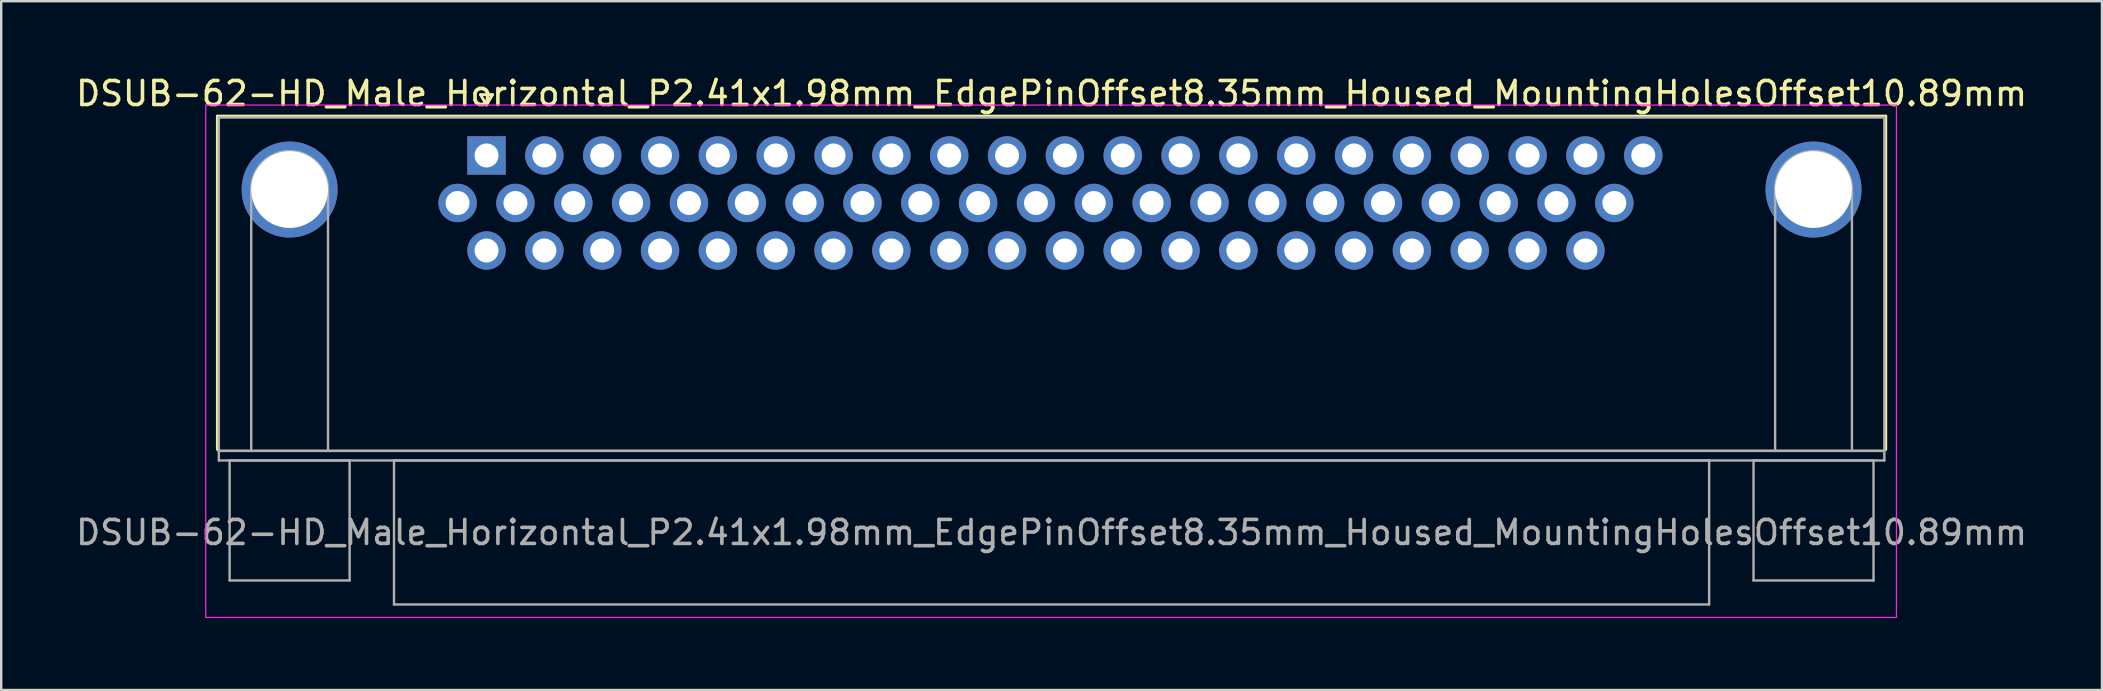
<source format=kicad_pcb>
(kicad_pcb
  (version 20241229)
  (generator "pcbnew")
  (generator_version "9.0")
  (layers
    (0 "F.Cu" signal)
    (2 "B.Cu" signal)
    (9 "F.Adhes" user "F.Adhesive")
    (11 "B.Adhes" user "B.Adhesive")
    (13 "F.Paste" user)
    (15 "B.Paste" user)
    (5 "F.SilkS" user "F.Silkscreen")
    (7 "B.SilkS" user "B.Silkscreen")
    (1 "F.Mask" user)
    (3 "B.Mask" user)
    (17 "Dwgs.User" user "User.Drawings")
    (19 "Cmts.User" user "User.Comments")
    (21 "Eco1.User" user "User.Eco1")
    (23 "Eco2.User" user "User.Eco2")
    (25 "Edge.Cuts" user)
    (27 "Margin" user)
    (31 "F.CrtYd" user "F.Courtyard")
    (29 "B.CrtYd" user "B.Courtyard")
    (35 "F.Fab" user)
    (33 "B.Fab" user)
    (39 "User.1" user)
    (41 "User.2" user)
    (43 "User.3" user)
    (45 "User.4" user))
  (footprint "DSUB-62-HD_Male_Horizontal_P2.41x1.98mm_EdgePinOffset8.35mm_Housed_MountingHolesOffset10.89mm"
    (layer "F.Cu")
    (at 17.223 3.428)
    (property "Reference" "DSUB-62-HD_Male_Horizontal_P2.41x1.98mm_EdgePinOffset8.35mm_Housed_MountingHolesOffset10.89mm" (at 23.545 -2.58 0) (layer "F.SilkS") (effects (font (size 1 1) (thickness 0.15))))
    (attr through_hole)
    (fp_line (start -11.215 -1.64) (end 58.305 -1.64) (stroke (width 0.12) (type solid)) (layer "F.SilkS"))
    (fp_line (start -11.215 12.25) (end -11.215 -1.64) (stroke (width 0.12) (type solid)) (layer "F.SilkS"))
    (fp_line (start -0.25 -2.534) (end 0.25 -2.534) (stroke (width 0.12) (type solid)) (layer "F.SilkS"))
    (fp_line (start 0 -2.101) (end -0.25 -2.534) (stroke (width 0.12) (type solid)) (layer "F.SilkS"))
    (fp_line (start 0.25 -2.534) (end 0 -2.101) (stroke (width 0.12) (type solid)) (layer "F.SilkS"))
    (fp_line (start 58.305 -1.64) (end 58.305 12.25) (stroke (width 0.12) (type solid)) (layer "F.SilkS"))
    (fp_line (start -11.7 -2.1) (end -11.7 19.25) (stroke (width 0.05) (type solid)) (layer "F.CrtYd"))
    (fp_line (start -11.7 19.25) (end 58.75 19.25) (stroke (width 0.05) (type solid)) (layer "F.CrtYd"))
    (fp_line (start 58.75 -2.1) (end -11.7 -2.1) (stroke (width 0.05) (type solid)) (layer "F.CrtYd"))
    (fp_line (start 58.75 19.25) (end 58.75 -2.1) (stroke (width 0.05) (type solid)) (layer "F.CrtYd"))
    (fp_line (start -11.155 -1.58) (end -11.155 12.31) (stroke (width 0.1) (type solid)) (layer "F.Fab"))
    (fp_line (start -11.155 12.31) (end -11.155 12.71) (stroke (width 0.1) (type solid)) (layer "F.Fab"))
    (fp_line (start -11.155 12.31) (end 58.245 12.31) (stroke (width 0.1) (type solid)) (layer "F.Fab"))
    (fp_line (start -11.155 12.71) (end 58.245 12.71) (stroke (width 0.1) (type solid)) (layer "F.Fab"))
    (fp_line (start -10.705 12.71) (end -10.705 17.71) (stroke (width 0.1) (type solid)) (layer "F.Fab"))
    (fp_line (start -10.705 17.71) (end -5.705 17.71) (stroke (width 0.1) (type solid)) (layer "F.Fab"))
    (fp_line (start -9.805 12.31) (end -9.805 1.42) (stroke (width 0.1) (type solid)) (layer "F.Fab"))
    (fp_line (start -6.605 12.31) (end -6.605 1.42) (stroke (width 0.1) (type solid)) (layer "F.Fab"))
    (fp_line (start -5.705 12.71) (end -10.705 12.71) (stroke (width 0.1) (type solid)) (layer "F.Fab"))
    (fp_line (start -5.705 17.71) (end -5.705 12.71) (stroke (width 0.1) (type solid)) (layer "F.Fab"))
    (fp_line (start -3.855 12.71) (end -3.855 18.71) (stroke (width 0.1) (type solid)) (layer "F.Fab"))
    (fp_line (start -3.855 18.71) (end 50.945 18.71) (stroke (width 0.1) (type solid)) (layer "F.Fab"))
    (fp_line (start 50.945 12.71) (end -3.855 12.71) (stroke (width 0.1) (type solid)) (layer "F.Fab"))
    (fp_line (start 50.945 18.71) (end 50.945 12.71) (stroke (width 0.1) (type solid)) (layer "F.Fab"))
    (fp_line (start 52.795 12.71) (end 52.795 17.71) (stroke (width 0.1) (type solid)) (layer "F.Fab"))
    (fp_line (start 52.795 17.71) (end 57.795 17.71) (stroke (width 0.1) (type solid)) (layer "F.Fab"))
    (fp_line (start 53.695 12.31) (end 53.695 1.42) (stroke (width 0.1) (type solid)) (layer "F.Fab"))
    (fp_line (start 56.895 12.31) (end 56.895 1.42) (stroke (width 0.1) (type solid)) (layer "F.Fab"))
    (fp_line (start 57.795 12.71) (end 52.795 12.71) (stroke (width 0.1) (type solid)) (layer "F.Fab"))
    (fp_line (start 57.795 17.71) (end 57.795 12.71) (stroke (width 0.1) (type solid)) (layer "F.Fab"))
    (fp_line (start 58.245 -1.58) (end -11.155 -1.58) (stroke (width 0.1) (type solid)) (layer "F.Fab"))
    (fp_line (start 58.245 12.31) (end -11.155 12.31) (stroke (width 0.1) (type solid)) (layer "F.Fab"))
    (fp_line (start 58.245 12.31) (end 58.245 -1.58) (stroke (width 0.1) (type solid)) (layer "F.Fab"))
    (fp_line (start 58.245 12.71) (end 58.245 12.31) (stroke (width 0.1) (type solid)) (layer "F.Fab"))
    (fp_arc (start -9.805 1.42) (mid -8.205 -0.18) (end -6.605 1.42) (stroke (width 0.1) (type solid)) (layer "F.Fab"))
    (fp_arc (start 53.695 1.42) (mid 55.295 -0.18) (end 56.895 1.42) (stroke (width 0.1) (type solid)) (layer "F.Fab"))
    (fp_text user "${REFERENCE}" (at 23.545 15.71 0) (layer "F.Fab") (effects (font (size 1 1) (thickness 0.15))))
    (pad "0" thru_hole circle (at -8.205 1.42) (size 4 4) (drill 3.2) (layers "*.Cu" "*.Mask"))
    (pad "0" thru_hole circle (at 55.295 1.42) (size 4 4) (drill 3.2) (layers "*.Cu" "*.Mask"))
    (pad "1" thru_hole rect (at 0 0) (size 1.6 1.6) (drill 1) (layers "*.Cu" "*.Mask"))
    (pad "2" thru_hole circle (at 2.41 0) (size 1.6 1.6) (drill 1) (layers "*.Cu" "*.Mask"))
    (pad "3" thru_hole circle (at 4.82 0) (size 1.6 1.6) (drill 1) (layers "*.Cu" "*.Mask"))
    (pad "4" thru_hole circle (at 7.23 0) (size 1.6 1.6) (drill 1) (layers "*.Cu" "*.Mask"))
    (pad "5" thru_hole circle (at 9.64 0) (size 1.6 1.6) (drill 1) (layers "*.Cu" "*.Mask"))
    (pad "6" thru_hole circle (at 12.05 0) (size 1.6 1.6) (drill 1) (layers "*.Cu" "*.Mask"))
    (pad "7" thru_hole circle (at 14.46 0) (size 1.6 1.6) (drill 1) (layers "*.Cu" "*.Mask"))
    (pad "8" thru_hole circle (at 16.87 0) (size 1.6 1.6) (drill 1) (layers "*.Cu" "*.Mask"))
    (pad "9" thru_hole circle (at 19.28 0) (size 1.6 1.6) (drill 1) (layers "*.Cu" "*.Mask"))
    (pad "10" thru_hole circle (at 21.69 0) (size 1.6 1.6) (drill 1) (layers "*.Cu" "*.Mask"))
    (pad "11" thru_hole circle (at 24.1 0) (size 1.6 1.6) (drill 1) (layers "*.Cu" "*.Mask"))
    (pad "12" thru_hole circle (at 26.51 0) (size 1.6 1.6) (drill 1) (layers "*.Cu" "*.Mask"))
    (pad "13" thru_hole circle (at 28.92 0) (size 1.6 1.6) (drill 1) (layers "*.Cu" "*.Mask"))
    (pad "14" thru_hole circle (at 31.33 0) (size 1.6 1.6) (drill 1) (layers "*.Cu" "*.Mask"))
    (pad "15" thru_hole circle (at 33.74 0) (size 1.6 1.6) (drill 1) (layers "*.Cu" "*.Mask"))
    (pad "16" thru_hole circle (at 36.15 0) (size 1.6 1.6) (drill 1) (layers "*.Cu" "*.Mask"))
    (pad "17" thru_hole circle (at 38.56 0) (size 1.6 1.6) (drill 1) (layers "*.Cu" "*.Mask"))
    (pad "18" thru_hole circle (at 40.97 0) (size 1.6 1.6) (drill 1) (layers "*.Cu" "*.Mask"))
    (pad "19" thru_hole circle (at 43.38 0) (size 1.6 1.6) (drill 1) (layers "*.Cu" "*.Mask"))
    (pad "20" thru_hole circle (at 45.79 0) (size 1.6 1.6) (drill 1) (layers "*.Cu" "*.Mask"))
    (pad "21" thru_hole circle (at 48.2 0) (size 1.6 1.6) (drill 1) (layers "*.Cu" "*.Mask"))
    (pad "22" thru_hole circle (at -1.205 1.98) (size 1.6 1.6) (drill 1) (layers "*.Cu" "*.Mask"))
    (pad "23" thru_hole circle (at 1.205 1.98) (size 1.6 1.6) (drill 1) (layers "*.Cu" "*.Mask"))
    (pad "24" thru_hole circle (at 3.615 1.98) (size 1.6 1.6) (drill 1) (layers "*.Cu" "*.Mask"))
    (pad "25" thru_hole circle (at 6.025 1.98) (size 1.6 1.6) (drill 1) (layers "*.Cu" "*.Mask"))
    (pad "26" thru_hole circle (at 8.435 1.98) (size 1.6 1.6) (drill 1) (layers "*.Cu" "*.Mask"))
    (pad "27" thru_hole circle (at 10.845 1.98) (size 1.6 1.6) (drill 1) (layers "*.Cu" "*.Mask"))
    (pad "28" thru_hole circle (at 13.255 1.98) (size 1.6 1.6) (drill 1) (layers "*.Cu" "*.Mask"))
    (pad "29" thru_hole circle (at 15.665 1.98) (size 1.6 1.6) (drill 1) (layers "*.Cu" "*.Mask"))
    (pad "30" thru_hole circle (at 18.075 1.98) (size 1.6 1.6) (drill 1) (layers "*.Cu" "*.Mask"))
    (pad "31" thru_hole circle (at 20.485 1.98) (size 1.6 1.6) (drill 1) (layers "*.Cu" "*.Mask"))
    (pad "32" thru_hole circle (at 22.895 1.98) (size 1.6 1.6) (drill 1) (layers "*.Cu" "*.Mask"))
    (pad "33" thru_hole circle (at 25.305 1.98) (size 1.6 1.6) (drill 1) (layers "*.Cu" "*.Mask"))
    (pad "34" thru_hole circle (at 27.715 1.98) (size 1.6 1.6) (drill 1) (layers "*.Cu" "*.Mask"))
    (pad "35" thru_hole circle (at 30.125 1.98) (size 1.6 1.6) (drill 1) (layers "*.Cu" "*.Mask"))
    (pad "36" thru_hole circle (at 32.535 1.98) (size 1.6 1.6) (drill 1) (layers "*.Cu" "*.Mask"))
    (pad "37" thru_hole circle (at 34.945 1.98) (size 1.6 1.6) (drill 1) (layers "*.Cu" "*.Mask"))
    (pad "38" thru_hole circle (at 37.355 1.98) (size 1.6 1.6) (drill 1) (layers "*.Cu" "*.Mask"))
    (pad "39" thru_hole circle (at 39.765 1.98) (size 1.6 1.6) (drill 1) (layers "*.Cu" "*.Mask"))
    (pad "40" thru_hole circle (at 42.175 1.98) (size 1.6 1.6) (drill 1) (layers "*.Cu" "*.Mask"))
    (pad "41" thru_hole circle (at 44.585 1.98) (size 1.6 1.6) (drill 1) (layers "*.Cu" "*.Mask"))
    (pad "42" thru_hole circle (at 46.995 1.98) (size 1.6 1.6) (drill 1) (layers "*.Cu" "*.Mask"))
    (pad "43" thru_hole circle (at 0 3.96) (size 1.6 1.6) (drill 1) (layers "*.Cu" "*.Mask"))
    (pad "44" thru_hole circle (at 2.41 3.96) (size 1.6 1.6) (drill 1) (layers "*.Cu" "*.Mask"))
    (pad "45" thru_hole circle (at 4.82 3.96) (size 1.6 1.6) (drill 1) (layers "*.Cu" "*.Mask"))
    (pad "46" thru_hole circle (at 7.23 3.96) (size 1.6 1.6) (drill 1) (layers "*.Cu" "*.Mask"))
    (pad "47" thru_hole circle (at 9.64 3.96) (size 1.6 1.6) (drill 1) (layers "*.Cu" "*.Mask"))
    (pad "48" thru_hole circle (at 12.05 3.96) (size 1.6 1.6) (drill 1) (layers "*.Cu" "*.Mask"))
    (pad "49" thru_hole circle (at 14.46 3.96) (size 1.6 1.6) (drill 1) (layers "*.Cu" "*.Mask"))
    (pad "50" thru_hole circle (at 16.87 3.96) (size 1.6 1.6) (drill 1) (layers "*.Cu" "*.Mask"))
    (pad "51" thru_hole circle (at 19.28 3.96) (size 1.6 1.6) (drill 1) (layers "*.Cu" "*.Mask"))
    (pad "52" thru_hole circle (at 21.69 3.96) (size 1.6 1.6) (drill 1) (layers "*.Cu" "*.Mask"))
    (pad "53" thru_hole circle (at 24.1 3.96) (size 1.6 1.6) (drill 1) (layers "*.Cu" "*.Mask"))
    (pad "54" thru_hole circle (at 26.51 3.96) (size 1.6 1.6) (drill 1) (layers "*.Cu" "*.Mask"))
    (pad "55" thru_hole circle (at 28.92 3.96) (size 1.6 1.6) (drill 1) (layers "*.Cu" "*.Mask"))
    (pad "56" thru_hole circle (at 31.33 3.96) (size 1.6 1.6) (drill 1) (layers "*.Cu" "*.Mask"))
    (pad "57" thru_hole circle (at 33.74 3.96) (size 1.6 1.6) (drill 1) (layers "*.Cu" "*.Mask"))
    (pad "58" thru_hole circle (at 36.15 3.96) (size 1.6 1.6) (drill 1) (layers "*.Cu" "*.Mask"))
    (pad "59" thru_hole circle (at 38.56 3.96) (size 1.6 1.6) (drill 1) (layers "*.Cu" "*.Mask"))
    (pad "60" thru_hole circle (at 40.97 3.96) (size 1.6 1.6) (drill 1) (layers "*.Cu" "*.Mask"))
    (pad "61" thru_hole circle (at 43.38 3.96) (size 1.6 1.6) (drill 1) (layers "*.Cu" "*.Mask"))
    (pad "62" thru_hole circle (at 45.79 3.96) (size 1.6 1.6) (drill 1) (layers "*.Cu" "*.Mask")))
  (gr_rect
    (start -3 -3)
    (end 84.536 25.703)
    (stroke (width 0.1) (type default))
    (fill no)
    (layer "Edge.Cuts")))
</source>
